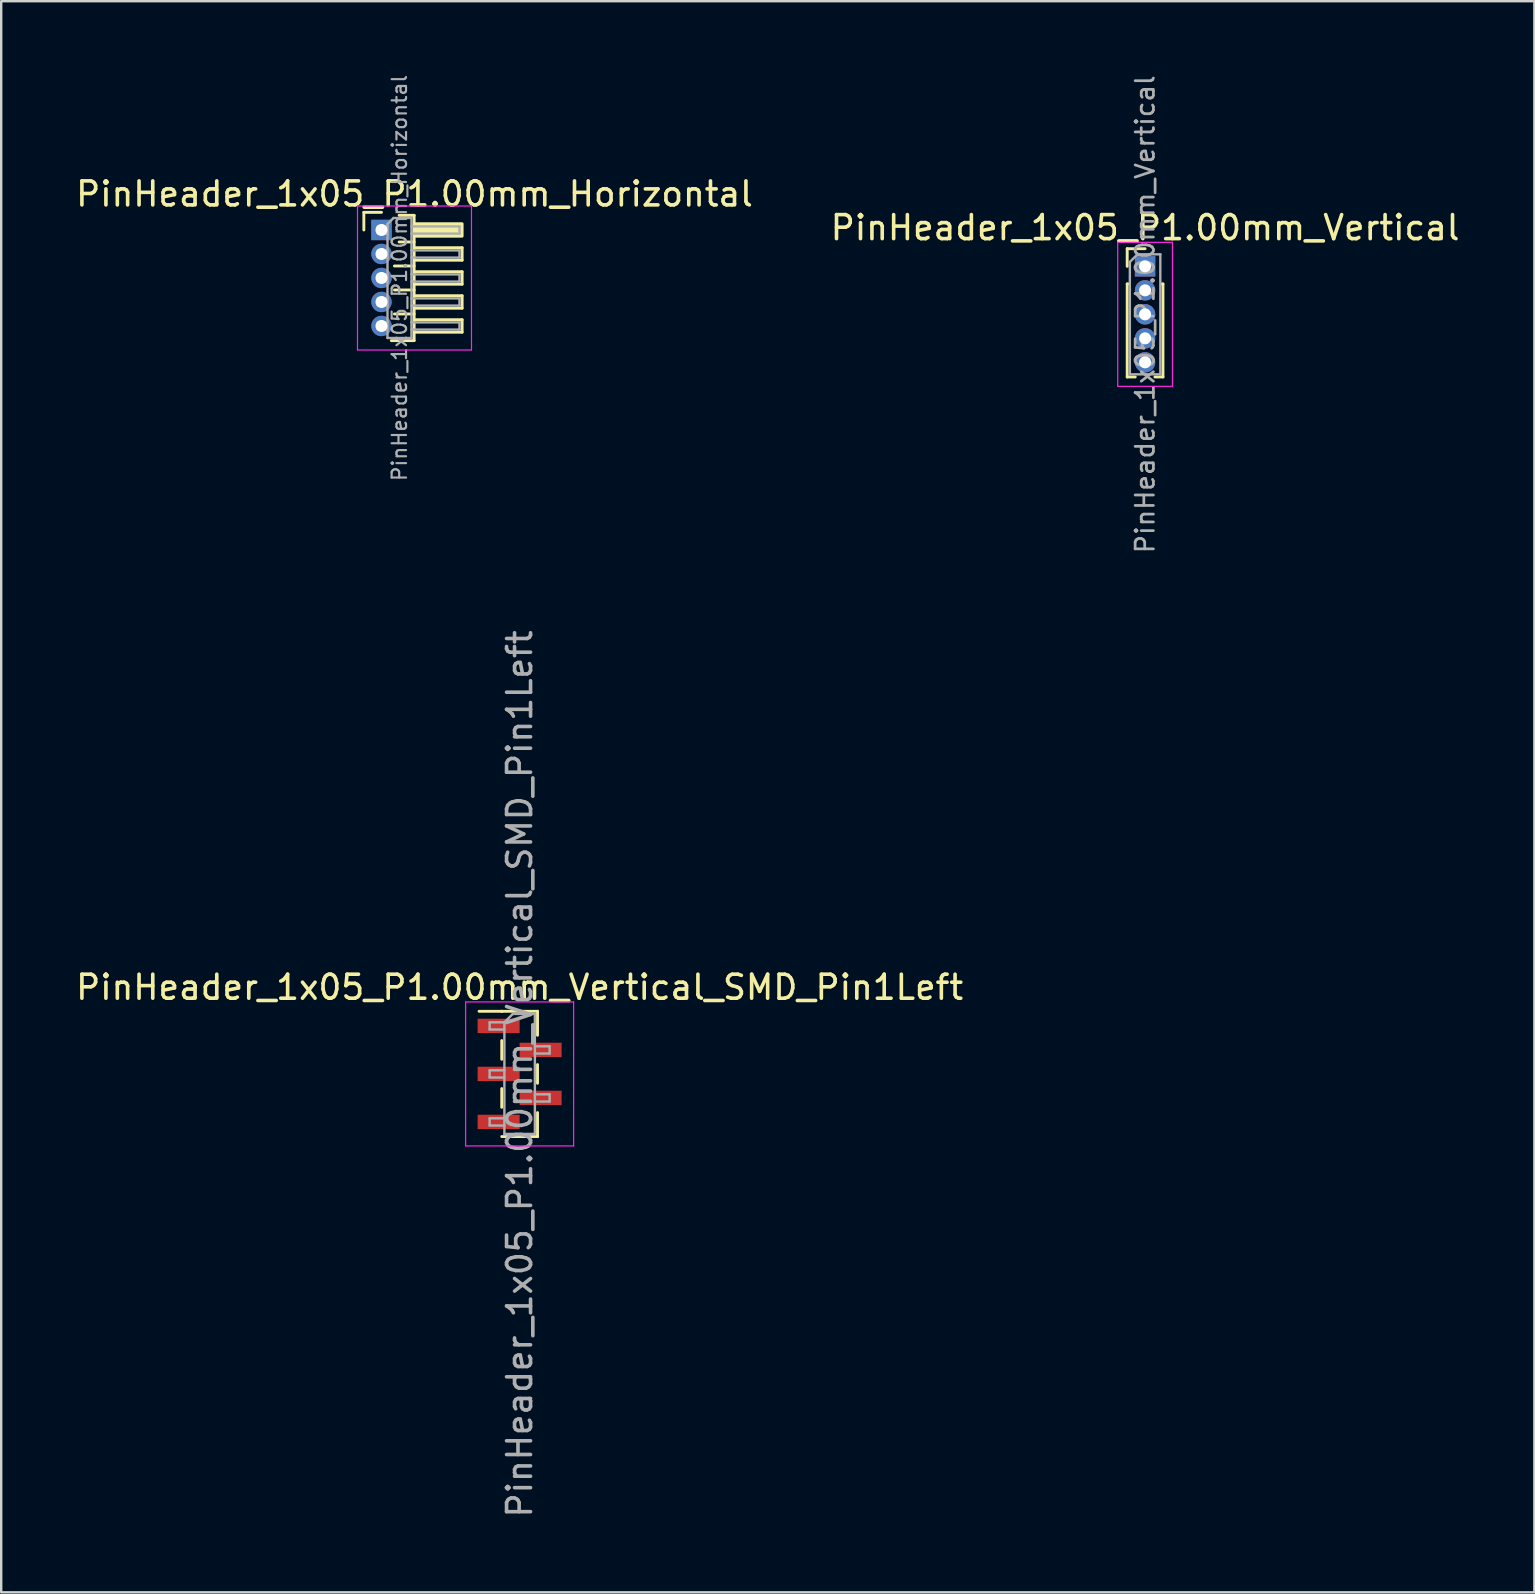
<source format=kicad_pcb>
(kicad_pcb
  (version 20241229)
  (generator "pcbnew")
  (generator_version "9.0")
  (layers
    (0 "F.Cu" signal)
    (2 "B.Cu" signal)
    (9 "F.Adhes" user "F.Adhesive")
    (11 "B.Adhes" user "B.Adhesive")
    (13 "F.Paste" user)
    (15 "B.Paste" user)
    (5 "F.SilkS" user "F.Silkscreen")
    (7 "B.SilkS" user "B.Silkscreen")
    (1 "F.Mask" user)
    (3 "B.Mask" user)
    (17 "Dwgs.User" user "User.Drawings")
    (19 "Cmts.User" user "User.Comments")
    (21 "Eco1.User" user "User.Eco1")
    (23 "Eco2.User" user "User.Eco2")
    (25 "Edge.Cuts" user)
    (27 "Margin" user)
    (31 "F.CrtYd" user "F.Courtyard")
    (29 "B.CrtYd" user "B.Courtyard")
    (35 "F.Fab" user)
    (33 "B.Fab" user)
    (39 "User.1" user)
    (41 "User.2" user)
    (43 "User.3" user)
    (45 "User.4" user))
  (footprint "PinHeader_1x05_P1.00mm_Vertical"
    (layer "F.Cu")
    (at 44.661 8.047)
    (property "Reference" "PinHeader_1x05_P1.00mm_Vertical" (at 0 -1.61 0) (layer "F.SilkS") (effects (font (size 1 1) (thickness 0.15))))
    (attr through_hole)
    (fp_line (start -0.745 -0.735) (end 0 -0.735) (stroke (width 0.12) (type solid)) (layer "F.SilkS"))
    (fp_line (start -0.745 0) (end -0.745 -0.735) (stroke (width 0.12) (type solid)) (layer "F.SilkS"))
    (fp_line (start -0.745 0.735) (end -0.745 4.61) (stroke (width 0.12) (type solid)) (layer "F.SilkS"))
    (fp_line (start -0.745 0.735) (end -0.686 0.735) (stroke (width 0.12) (type solid)) (layer "F.SilkS"))
    (fp_line (start -0.745 4.61) (end -0.41 4.61) (stroke (width 0.12) (type solid)) (layer "F.SilkS"))
    (fp_line (start 0.41 4.61) (end 0.745 4.61) (stroke (width 0.12) (type solid)) (layer "F.SilkS"))
    (fp_line (start 0.686 0.735) (end 0.745 0.735) (stroke (width 0.12) (type solid)) (layer "F.SilkS"))
    (fp_line (start 0.745 0.735) (end 0.745 4.61) (stroke (width 0.12) (type solid)) (layer "F.SilkS"))
    (fp_line (start -1.14 -1) (end -1.14 5) (stroke (width 0.05) (type solid)) (layer "F.CrtYd"))
    (fp_line (start -1.14 5) (end 1.14 5) (stroke (width 0.05) (type solid)) (layer "F.CrtYd"))
    (fp_line (start 1.14 -1) (end -1.14 -1) (stroke (width 0.05) (type solid)) (layer "F.CrtYd"))
    (fp_line (start 1.14 5) (end 1.14 -1) (stroke (width 0.05) (type solid)) (layer "F.CrtYd"))
    (fp_line (start -0.635 -0.182) (end -0.318 -0.5) (stroke (width 0.1) (type solid)) (layer "F.Fab"))
    (fp_line (start -0.635 4.5) (end -0.635 -0.182) (stroke (width 0.1) (type solid)) (layer "F.Fab"))
    (fp_line (start -0.318 -0.5) (end 0.635 -0.5) (stroke (width 0.1) (type solid)) (layer "F.Fab"))
    (fp_line (start 0.635 -0.5) (end 0.635 4.5) (stroke (width 0.1) (type solid)) (layer "F.Fab"))
    (fp_line (start 0.635 4.5) (end -0.635 4.5) (stroke (width 0.1) (type solid)) (layer "F.Fab"))
    (fp_text user "${REFERENCE}" (at 0 2 90) (layer "F.Fab") (effects (font (size 0.76 0.76) (thickness 0.114))))
    (pad "1" thru_hole rect (at 0 0) (size 0.85 0.85) (drill 0.5) (layers "*.Cu" "*.Mask"))
    (pad "2" thru_hole circle (at 0 1) (size 0.85 0.85) (drill 0.5) (layers "*.Cu" "*.Mask"))
    (pad "3" thru_hole circle (at 0 2) (size 0.85 0.85) (drill 0.5) (layers "*.Cu" "*.Mask"))
    (pad "4" thru_hole circle (at 0 3) (size 0.85 0.85) (drill 0.5) (layers "*.Cu" "*.Mask"))
    (pad "5" thru_hole circle (at 0 4) (size 0.85 0.85) (drill 0.5) (layers "*.Cu" "*.Mask")))
  (footprint "PinHeader_1x05_P1.00mm_Vertical_SMD_Pin1Left"
    (layer "F.Cu")
    (at 18.601 41.696)
    (property "Reference" "PinHeader_1x05_P1.00mm_Vertical_SMD_Pin1Left" (at 0 -3.61 0) (layer "F.SilkS") (effects (font (size 1 1) (thickness 0.15))))
    (attr smd)
    (fp_line (start -0.745 -2.61) (end -1.69 -2.61) (stroke (width 0.12) (type solid)) (layer "F.SilkS"))
    (fp_line (start -0.745 -2.61) (end -0.745 -2.61) (stroke (width 0.12) (type solid)) (layer "F.SilkS"))
    (fp_line (start -0.745 -2.61) (end 0.745 -2.61) (stroke (width 0.12) (type solid)) (layer "F.SilkS"))
    (fp_line (start -0.745 -1.39) (end -0.745 -0.61) (stroke (width 0.12) (type solid)) (layer "F.SilkS"))
    (fp_line (start -0.745 0.61) (end -0.745 1.39) (stroke (width 0.12) (type solid)) (layer "F.SilkS"))
    (fp_line (start -0.745 2.61) (end 0.745 2.61) (stroke (width 0.12) (type solid)) (layer "F.SilkS"))
    (fp_line (start 0.745 -2.61) (end 0.745 -1.61) (stroke (width 0.12) (type solid)) (layer "F.SilkS"))
    (fp_line (start 0.745 -0.39) (end 0.745 0.39) (stroke (width 0.12) (type solid)) (layer "F.SilkS"))
    (fp_line (start 0.745 1.61) (end 0.745 2.61) (stroke (width 0.12) (type solid)) (layer "F.SilkS"))
    (fp_line (start 0.745 2.61) (end 0.745 2.61) (stroke (width 0.12) (type solid)) (layer "F.SilkS"))
    (fp_line (start -2.25 -3) (end -2.25 3) (stroke (width 0.05) (type solid)) (layer "F.CrtYd"))
    (fp_line (start -2.25 3) (end 2.25 3) (stroke (width 0.05) (type solid)) (layer "F.CrtYd"))
    (fp_line (start 2.25 -3) (end -2.25 -3) (stroke (width 0.05) (type solid)) (layer "F.CrtYd"))
    (fp_line (start 2.25 3) (end 2.25 -3) (stroke (width 0.05) (type solid)) (layer "F.CrtYd"))
    (fp_line (start -1.25 -2.15) (end -1.25 -1.85) (stroke (width 0.1) (type solid)) (layer "F.Fab"))
    (fp_line (start -1.25 -1.85) (end -0.635 -1.85) (stroke (width 0.1) (type solid)) (layer "F.Fab"))
    (fp_line (start -1.25 -0.15) (end -1.25 0.15) (stroke (width 0.1) (type solid)) (layer "F.Fab"))
    (fp_line (start -1.25 0.15) (end -0.635 0.15) (stroke (width 0.1) (type solid)) (layer "F.Fab"))
    (fp_line (start -1.25 1.85) (end -1.25 2.15) (stroke (width 0.1) (type solid)) (layer "F.Fab"))
    (fp_line (start -1.25 2.15) (end -0.635 2.15) (stroke (width 0.1) (type solid)) (layer "F.Fab"))
    (fp_line (start -0.635 -2.15) (end -1.25 -2.15) (stroke (width 0.1) (type solid)) (layer "F.Fab"))
    (fp_line (start -0.635 -2.15) (end -0.285 -2.5) (stroke (width 0.1) (type solid)) (layer "F.Fab"))
    (fp_line (start -0.635 -0.15) (end -1.25 -0.15) (stroke (width 0.1) (type solid)) (layer "F.Fab"))
    (fp_line (start -0.635 1.85) (end -1.25 1.85) (stroke (width 0.1) (type solid)) (layer "F.Fab"))
    (fp_line (start -0.635 2.5) (end -0.635 -2.15) (stroke (width 0.1) (type solid)) (layer "F.Fab"))
    (fp_line (start -0.285 -2.5) (end 0.635 -2.5) (stroke (width 0.1) (type solid)) (layer "F.Fab"))
    (fp_line (start 0.635 -2.5) (end 0.635 2.5) (stroke (width 0.1) (type solid)) (layer "F.Fab"))
    (fp_line (start 0.635 -1.15) (end 1.25 -1.15) (stroke (width 0.1) (type solid)) (layer "F.Fab"))
    (fp_line (start 0.635 0.85) (end 1.25 0.85) (stroke (width 0.1) (type solid)) (layer "F.Fab"))
    (fp_line (start 0.635 2.5) (end -0.635 2.5) (stroke (width 0.1) (type solid)) (layer "F.Fab"))
    (fp_line (start 1.25 -1.15) (end 1.25 -0.85) (stroke (width 0.1) (type solid)) (layer "F.Fab"))
    (fp_line (start 1.25 -0.85) (end 0.635 -0.85) (stroke (width 0.1) (type solid)) (layer "F.Fab"))
    (fp_line (start 1.25 0.85) (end 1.25 1.15) (stroke (width 0.1) (type solid)) (layer "F.Fab"))
    (fp_line (start 1.25 1.15) (end 0.635 1.15) (stroke (width 0.1) (type solid)) (layer "F.Fab"))
    (fp_text user "${REFERENCE}" (at 0 0 90) (layer "F.Fab") (effects (font (size 1 1) (thickness 0.15))))
    (pad "1" smd rect (at -0.875 -2) (size 1.75 0.6) (layers "F.Cu" "F.Mask" "F.Paste"))
    (pad "2" smd rect (at 0.875 -1) (size 1.75 0.6) (layers "F.Cu" "F.Mask" "F.Paste"))
    (pad "3" smd rect (at -0.875 0) (size 1.75 0.6) (layers "F.Cu" "F.Mask" "F.Paste"))
    (pad "4" smd rect (at 0.875 1) (size 1.75 0.6) (layers "F.Cu" "F.Mask" "F.Paste"))
    (pad "5" smd rect (at -0.875 2) (size 1.75 0.6) (layers "F.Cu" "F.Mask" "F.Paste")))
  (footprint "PinHeader_1x05_P1.00mm_Horizontal"
    (layer "F.Cu")
    (at 12.845 6.532)
    (property "Reference" "PinHeader_1x05_P1.00mm_Horizontal" (at 1.375 -1.5 0) (layer "F.SilkS") (effects (font (size 1 1) (thickness 0.15))))
    (attr through_hole)
    (fp_line (start -0.735 -0.735) (end 0 -0.735) (stroke (width 0.12) (type solid)) (layer "F.SilkS"))
    (fp_line (start -0.735 0) (end -0.735 -0.735) (stroke (width 0.12) (type solid)) (layer "F.SilkS"))
    (fp_line (start 0.539 1.5) (end 1.36 1.5) (stroke (width 0.12) (type solid)) (layer "F.SilkS"))
    (fp_line (start 0.539 2.5) (end 1.36 2.5) (stroke (width 0.12) (type solid)) (layer "F.SilkS"))
    (fp_line (start 0.539 3.5) (end 1.36 3.5) (stroke (width 0.12) (type solid)) (layer "F.SilkS"))
    (fp_line (start 0.735 -0.61) (end 1.36 -0.61) (stroke (width 0.12) (type solid)) (layer "F.SilkS"))
    (fp_line (start 0.735 0.5) (end 1.36 0.5) (stroke (width 0.12) (type solid)) (layer "F.SilkS"))
    (fp_line (start 1.36 -0.61) (end 1.36 4.61) (stroke (width 0.12) (type solid)) (layer "F.SilkS"))
    (fp_line (start 1.36 0.74) (end 3.36 0.74) (stroke (width 0.12) (type solid)) (layer "F.SilkS"))
    (fp_line (start 1.36 1.74) (end 3.36 1.74) (stroke (width 0.12) (type solid)) (layer "F.SilkS"))
    (fp_line (start 1.36 2.74) (end 3.36 2.74) (stroke (width 0.12) (type solid)) (layer "F.SilkS"))
    (fp_line (start 1.36 3.74) (end 3.36 3.74) (stroke (width 0.12) (type solid)) (layer "F.SilkS"))
    (fp_line (start 1.36 4.61) (end 0.41 4.61) (stroke (width 0.12) (type solid)) (layer "F.SilkS"))
    (fp_line (start 3.36 0.74) (end 3.36 1.26) (stroke (width 0.12) (type solid)) (layer "F.SilkS"))
    (fp_line (start 3.36 1.26) (end 1.36 1.26) (stroke (width 0.12) (type solid)) (layer "F.SilkS"))
    (fp_line (start 3.36 1.74) (end 3.36 2.26) (stroke (width 0.12) (type solid)) (layer "F.SilkS"))
    (fp_line (start 3.36 2.26) (end 1.36 2.26) (stroke (width 0.12) (type solid)) (layer "F.SilkS"))
    (fp_line (start 3.36 2.74) (end 3.36 3.26) (stroke (width 0.12) (type solid)) (layer "F.SilkS"))
    (fp_line (start 3.36 3.26) (end 1.36 3.26) (stroke (width 0.12) (type solid)) (layer "F.SilkS"))
    (fp_line (start 3.36 3.74) (end 3.36 4.26) (stroke (width 0.12) (type solid)) (layer "F.SilkS"))
    (fp_line (start 3.36 4.26) (end 1.36 4.26) (stroke (width 0.12) (type solid)) (layer "F.SilkS"))
    (fp_rect (start 1.36 -0.26) (end 3.36 0.26) (stroke (width 0.12) (type solid)) (fill yes) (layer "F.SilkS"))
    (fp_line (start -1 -1) (end -1 5) (stroke (width 0.05) (type solid)) (layer "F.CrtYd"))
    (fp_line (start -1 5) (end 3.75 5) (stroke (width 0.05) (type solid)) (layer "F.CrtYd"))
    (fp_line (start 3.75 -1) (end -1 -1) (stroke (width 0.05) (type solid)) (layer "F.CrtYd"))
    (fp_line (start 3.75 5) (end 3.75 -1) (stroke (width 0.05) (type solid)) (layer "F.CrtYd"))
    (fp_line (start -0.15 -0.15) (end -0.15 0.15) (stroke (width 0.1) (type solid)) (layer "F.Fab"))
    (fp_line (start -0.15 -0.15) (end 0.25 -0.15) (stroke (width 0.1) (type solid)) (layer "F.Fab"))
    (fp_line (start -0.15 0.15) (end 0.25 0.15) (stroke (width 0.1) (type solid)) (layer "F.Fab"))
    (fp_line (start -0.15 0.85) (end -0.15 1.15) (stroke (width 0.1) (type solid)) (layer "F.Fab"))
    (fp_line (start -0.15 0.85) (end 0.25 0.85) (stroke (width 0.1) (type solid)) (layer "F.Fab"))
    (fp_line (start -0.15 1.15) (end 0.25 1.15) (stroke (width 0.1) (type solid)) (layer "F.Fab"))
    (fp_line (start -0.15 1.85) (end -0.15 2.15) (stroke (width 0.1) (type solid)) (layer "F.Fab"))
    (fp_line (start -0.15 1.85) (end 0.25 1.85) (stroke (width 0.1) (type solid)) (layer "F.Fab"))
    (fp_line (start -0.15 2.15) (end 0.25 2.15) (stroke (width 0.1) (type solid)) (layer "F.Fab"))
    (fp_line (start -0.15 2.85) (end -0.15 3.15) (stroke (width 0.1) (type solid)) (layer "F.Fab"))
    (fp_line (start -0.15 2.85) (end 0.25 2.85) (stroke (width 0.1) (type solid)) (layer "F.Fab"))
    (fp_line (start -0.15 3.15) (end 0.25 3.15) (stroke (width 0.1) (type solid)) (layer "F.Fab"))
    (fp_line (start -0.15 3.85) (end -0.15 4.15) (stroke (width 0.1) (type solid)) (layer "F.Fab"))
    (fp_line (start -0.15 3.85) (end 0.25 3.85) (stroke (width 0.1) (type solid)) (layer "F.Fab"))
    (fp_line (start -0.15 4.15) (end 0.25 4.15) (stroke (width 0.1) (type solid)) (layer "F.Fab"))
    (fp_line (start 0.25 -0.25) (end 0.5 -0.5) (stroke (width 0.1) (type solid)) (layer "F.Fab"))
    (fp_line (start 0.25 4.5) (end 0.25 -0.25) (stroke (width 0.1) (type solid)) (layer "F.Fab"))
    (fp_line (start 0.5 -0.5) (end 1.25 -0.5) (stroke (width 0.1) (type solid)) (layer "F.Fab"))
    (fp_line (start 1.25 -0.5) (end 1.25 4.5) (stroke (width 0.1) (type solid)) (layer "F.Fab"))
    (fp_line (start 1.25 -0.15) (end 3.25 -0.15) (stroke (width 0.1) (type solid)) (layer "F.Fab"))
    (fp_line (start 1.25 0.15) (end 3.25 0.15) (stroke (width 0.1) (type solid)) (layer "F.Fab"))
    (fp_line (start 1.25 0.85) (end 3.25 0.85) (stroke (width 0.1) (type solid)) (layer "F.Fab"))
    (fp_line (start 1.25 1.15) (end 3.25 1.15) (stroke (width 0.1) (type solid)) (layer "F.Fab"))
    (fp_line (start 1.25 1.85) (end 3.25 1.85) (stroke (width 0.1) (type solid)) (layer "F.Fab"))
    (fp_line (start 1.25 2.15) (end 3.25 2.15) (stroke (width 0.1) (type solid)) (layer "F.Fab"))
    (fp_line (start 1.25 2.85) (end 3.25 2.85) (stroke (width 0.1) (type solid)) (layer "F.Fab"))
    (fp_line (start 1.25 3.15) (end 3.25 3.15) (stroke (width 0.1) (type solid)) (layer "F.Fab"))
    (fp_line (start 1.25 3.85) (end 3.25 3.85) (stroke (width 0.1) (type solid)) (layer "F.Fab"))
    (fp_line (start 1.25 4.15) (end 3.25 4.15) (stroke (width 0.1) (type solid)) (layer "F.Fab"))
    (fp_line (start 1.25 4.5) (end 0.25 4.5) (stroke (width 0.1) (type solid)) (layer "F.Fab"))
    (fp_line (start 3.25 -0.15) (end 3.25 0.15) (stroke (width 0.1) (type solid)) (layer "F.Fab"))
    (fp_line (start 3.25 0.85) (end 3.25 1.15) (stroke (width 0.1) (type solid)) (layer "F.Fab"))
    (fp_line (start 3.25 1.85) (end 3.25 2.15) (stroke (width 0.1) (type solid)) (layer "F.Fab"))
    (fp_line (start 3.25 2.85) (end 3.25 3.15) (stroke (width 0.1) (type solid)) (layer "F.Fab"))
    (fp_line (start 3.25 3.85) (end 3.25 4.15) (stroke (width 0.1) (type solid)) (layer "F.Fab"))
    (fp_text user "${REFERENCE}" (at 0.75 2 90) (layer "F.Fab") (effects (font (size 0.6 0.6) (thickness 0.09))))
    (pad "1" thru_hole rect (at 0 0) (size 0.85 0.85) (drill 0.5) (layers "*.Cu" "*.Mask"))
    (pad "2" thru_hole circle (at 0 1) (size 0.85 0.85) (drill 0.5) (layers "*.Cu" "*.Mask"))
    (pad "3" thru_hole circle (at 0 2) (size 0.85 0.85) (drill 0.5) (layers "*.Cu" "*.Mask"))
    (pad "4" thru_hole circle (at 0 3) (size 0.85 0.85) (drill 0.5) (layers "*.Cu" "*.Mask"))
    (pad "5" thru_hole circle (at 0 4) (size 0.85 0.85) (drill 0.5) (layers "*.Cu" "*.Mask")))
  (gr_rect
    (start -3 -3)
    (end 60.881 63.297)
    (stroke (width 0.1) (type default))
    (fill no)
    (layer "Edge.Cuts")))
</source>
